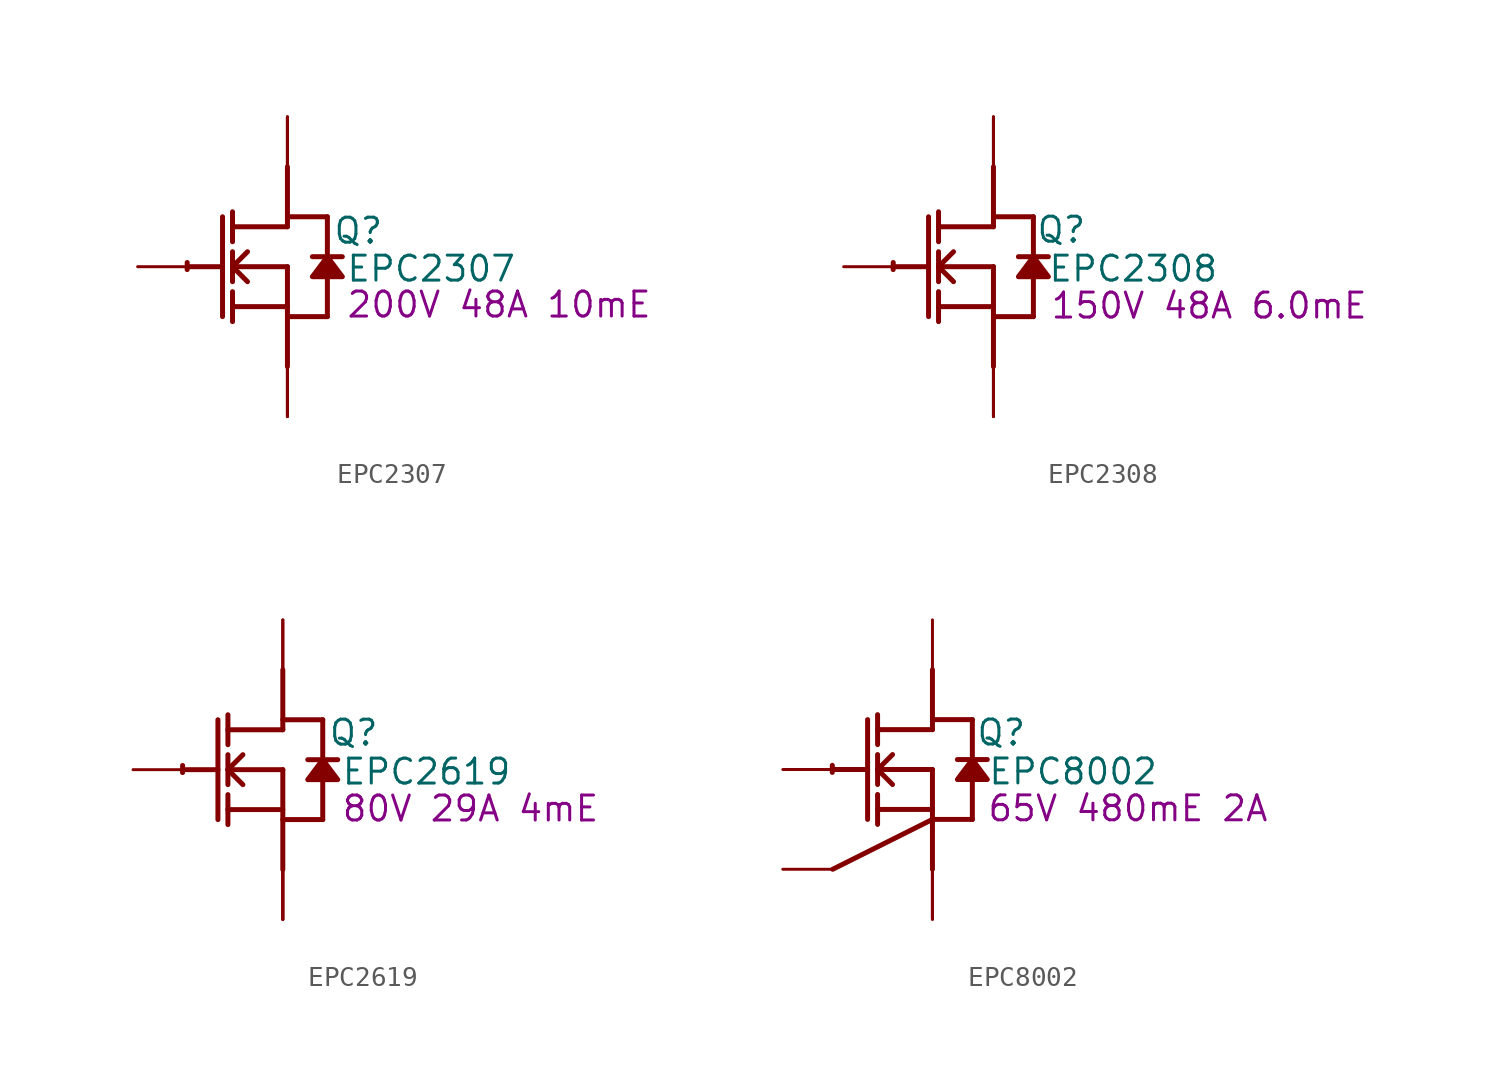
<source format=kicad_sym>
(kicad_symbol_lib
  (version 20241209)
  (generator "kicad_symbol_editor")
  (generator_version "9.0")
  (symbol "EPC2307"
    (property "Reference" "Q"
      (at 3.607 1.829 0)
      (effects (font (size 1.27 1.27))))
    (property "Value" "EPC2307"
      (at 7.315 -0.102 0)
      (effects (font (size 1.27 1.27))))
    (property "Description" "200V 48A 10mE"
      (at 10.77 -1.93 0)
      (effects (font (size 1.27 1.27))))
    (symbol "EPC2307_1_0"
      (polyline (pts (xy -5.08 0) (xy -3.302 0)) (stroke (width 0.254) (type solid)) (fill (type none)))
      (polyline (pts (xy -3.302 2.54) (xy -3.302 -2.54)) (stroke (width 0.254) (type solid)) (fill (type none)))
      (polyline (pts (xy -2.794 1.27) (xy -2.794 2.794)) (stroke (width 0.254) (type solid)) (fill (type none)))
      (polyline (pts (xy -2.794 0) (xy -2.032 0.762)) (stroke (width 0.254) (type solid)) (fill (type none)))
      (polyline (pts (xy -2.794 0) (xy 0 0)) (stroke (width 0.254) (type solid)) (fill (type none)))
      (polyline (pts (xy -2.794 -0.762) (xy -2.794 0.762)) (stroke (width 0.254) (type solid)) (fill (type none)))
      (polyline (pts (xy -2.794 -2.032) (xy 0 -2.032)) (stroke (width 0.254) (type solid)) (fill (type none)))
      (polyline (pts (xy -2.794 -2.794) (xy -2.794 -1.27)) (stroke (width 0.254) (type solid)) (fill (type none)))
      (polyline (pts (xy -2.032 -0.762) (xy -2.794 0)) (stroke (width 0.254) (type solid)) (fill (type none)))
      (polyline (pts (xy 0 2.54) (xy 2.032 2.54)) (stroke (width 0.254) (type solid)) (fill (type none)))
      (polyline (pts (xy 0 2.032) (xy -2.794 2.032)) (stroke (width 0.254) (type solid)) (fill (type none)))
      (polyline (pts (xy 0 2.032) (xy 0 5.08)) (stroke (width 0.254) (type solid)) (fill (type none)))
      (polyline (pts (xy 0 0) (xy 0 -5.08)) (stroke (width 0.254) (type solid)) (fill (type none)))
      (polyline (pts (xy 0 -2.54) (xy 2.032 -2.54)) (stroke (width 0.254) (type solid)) (fill (type none)))
      (arc (start -5.1019 -0.1467) (mid -5.1039 0.0331) (end -5.0996 0.2128) (stroke (width 0.254) (type solid)) (fill (type none)))
      (polyline (pts (xy 2.032 2.54) (xy 2.032 0.508)) (stroke (width 0.254) (type solid)) (fill (type none)))
      (polyline (pts (xy 2.032 0.508) (xy 1.27 -0.508) (xy 2.794 -0.508) (xy 2.032 0.508)) (stroke (width 0.254) (type solid)) (fill (type outline)))
      (polyline (pts (xy 2.032 -0.508) (xy 2.032 -2.54)) (stroke (width 0.254) (type solid)) (fill (type none)))
      (polyline (pts (xy 2.794 0.508) (xy 1.27 0.508)) (stroke (width 0.254) (type solid)) (fill (type none)))
      (pin passive line (at -7.62 0 0) (length 2.54) (name "G" (effects (font (size 0 0)))) (number "1" (effects (font (size 0 0)))))
      (pin passive line (at 0 7.62 270) (length 2.54) (name "D" (effects (font (size 0 0)))) (number "3" (effects (font (size 0 0)))))
      (pin passive line (at 0 7.62 270) (length 2.54) (name "D" (effects (font (size 0 0)))) (number "5" (effects (font (size 0 0)))))
      (pin passive line (at 0 7.62 270) (length 2.54) (name "D" (effects (font (size 0 0)))) (number "7" (effects (font (size 0 0)))))
      (pin passive line (at 0 -7.62 90) (length 2.54) (name "S" (effects (font (size 0 0)))) (number "2" (effects (font (size 0 0)))))
      (pin passive line (at 0 -7.62 90) (length 2.54) (name "S" (effects (font (size 0 0)))) (number "4" (effects (font (size 0 0)))))
      (pin passive line (at 0 -7.62 90) (length 2.54) (name "S" (effects (font (size 0 0)))) (number "6" (effects (font (size 0 0)))))))
  (symbol "EPC2308"
    (property "Reference" "Q"
      (at 3.454 1.88 0)
      (effects (font (size 1.27 1.27))))
    (property "Value" "EPC2308"
      (at 7.112 -0.102 0)
      (effects (font (size 1.27 1.27))))
    (property "Description" "150V 48A 6.0mE"
      (at 10.973 -1.981 0)
      (effects (font (size 1.27 1.27))))
    (symbol "EPC2308_1_0"
      (polyline (pts (xy -5.08 0) (xy -3.302 0)) (stroke (width 0.254) (type solid)) (fill (type none)))
      (polyline (pts (xy -3.302 2.54) (xy -3.302 -2.54)) (stroke (width 0.254) (type solid)) (fill (type none)))
      (polyline (pts (xy -2.794 1.27) (xy -2.794 2.794)) (stroke (width 0.254) (type solid)) (fill (type none)))
      (polyline (pts (xy -2.794 0) (xy -2.032 0.762)) (stroke (width 0.254) (type solid)) (fill (type none)))
      (polyline (pts (xy -2.794 0) (xy 0 0)) (stroke (width 0.254) (type solid)) (fill (type none)))
      (polyline (pts (xy -2.794 -0.762) (xy -2.794 0.762)) (stroke (width 0.254) (type solid)) (fill (type none)))
      (polyline (pts (xy -2.794 -2.032) (xy 0 -2.032)) (stroke (width 0.254) (type solid)) (fill (type none)))
      (polyline (pts (xy -2.794 -2.794) (xy -2.794 -1.27)) (stroke (width 0.254) (type solid)) (fill (type none)))
      (polyline (pts (xy -2.032 -0.762) (xy -2.794 0)) (stroke (width 0.254) (type solid)) (fill (type none)))
      (polyline (pts (xy 0 2.54) (xy 2.032 2.54)) (stroke (width 0.254) (type solid)) (fill (type none)))
      (polyline (pts (xy 0 2.032) (xy -2.794 2.032)) (stroke (width 0.254) (type solid)) (fill (type none)))
      (polyline (pts (xy 0 2.032) (xy 0 5.08)) (stroke (width 0.254) (type solid)) (fill (type none)))
      (polyline (pts (xy 0 0) (xy 0 -5.08)) (stroke (width 0.254) (type solid)) (fill (type none)))
      (polyline (pts (xy 0 -2.54) (xy 2.032 -2.54)) (stroke (width 0.254) (type solid)) (fill (type none)))
      (arc (start -5.1019 -0.1467) (mid -5.1039 0.0331) (end -5.0996 0.2128) (stroke (width 0.254) (type solid)) (fill (type none)))
      (polyline (pts (xy 2.032 2.54) (xy 2.032 0.508)) (stroke (width 0.254) (type solid)) (fill (type none)))
      (polyline (pts (xy 2.032 0.508) (xy 1.27 -0.508) (xy 2.794 -0.508) (xy 2.032 0.508)) (stroke (width 0.254) (type solid)) (fill (type outline)))
      (polyline (pts (xy 2.032 -0.508) (xy 2.032 -2.54)) (stroke (width 0.254) (type solid)) (fill (type none)))
      (polyline (pts (xy 2.794 0.508) (xy 1.27 0.508)) (stroke (width 0.254) (type solid)) (fill (type none)))
      (pin passive line (at -7.62 0 0) (length 2.54) (name "G" (effects (font (size 0 0)))) (number "1" (effects (font (size 0 0)))))
      (pin passive line (at 0 7.62 270) (length 2.54) (name "D" (effects (font (size 0 0)))) (number "3" (effects (font (size 0 0)))))
      (pin passive line (at 0 7.62 270) (length 2.54) (name "D" (effects (font (size 0 0)))) (number "5" (effects (font (size 0 0)))))
      (pin passive line (at 0 7.62 270) (length 2.54) (name "D" (effects (font (size 0 0)))) (number "7" (effects (font (size 0 0)))))
      (pin passive line (at 0 -7.62 90) (length 2.54) (name "S" (effects (font (size 0 0)))) (number "2" (effects (font (size 0 0)))))
      (pin passive line (at 0 -7.62 90) (length 2.54) (name "S" (effects (font (size 0 0)))) (number "4" (effects (font (size 0 0)))))
      (pin passive line (at 0 -7.62 90) (length 2.54) (name "S" (effects (font (size 0 0)))) (number "6" (effects (font (size 0 0)))))))
  (symbol "EPC2619"
    (property "Reference" "Q"
      (at 3.607 1.88 0)
      (effects (font (size 1.27 1.27))))
    (property "Value" "EPC2619"
      (at 7.315 -0.102 0)
      (effects (font (size 1.27 1.27))))
    (property "Description" "80V 29A 4mE"
      (at 9.55 -1.981 0)
      (effects (font (size 1.27 1.27))))
    (symbol "EPC2619_1_0"
      (polyline (pts (xy -5.08 0) (xy -3.302 0)) (stroke (width 0.254) (type solid)) (fill (type none)))
      (polyline (pts (xy -3.302 2.54) (xy -3.302 -2.54)) (stroke (width 0.254) (type solid)) (fill (type none)))
      (polyline (pts (xy -2.794 1.27) (xy -2.794 2.794)) (stroke (width 0.254) (type solid)) (fill (type none)))
      (polyline (pts (xy -2.794 0) (xy -2.032 0.762)) (stroke (width 0.254) (type solid)) (fill (type none)))
      (polyline (pts (xy -2.794 0) (xy 0 0)) (stroke (width 0.254) (type solid)) (fill (type none)))
      (polyline (pts (xy -2.794 -0.762) (xy -2.794 0.762)) (stroke (width 0.254) (type solid)) (fill (type none)))
      (polyline (pts (xy -2.794 -2.032) (xy 0 -2.032)) (stroke (width 0.254) (type solid)) (fill (type none)))
      (polyline (pts (xy -2.794 -2.794) (xy -2.794 -1.27)) (stroke (width 0.254) (type solid)) (fill (type none)))
      (polyline (pts (xy -2.032 -0.762) (xy -2.794 0)) (stroke (width 0.254) (type solid)) (fill (type none)))
      (polyline (pts (xy 0 2.54) (xy 2.032 2.54)) (stroke (width 0.254) (type solid)) (fill (type none)))
      (polyline (pts (xy 0 2.032) (xy -2.794 2.032)) (stroke (width 0.254) (type solid)) (fill (type none)))
      (polyline (pts (xy 0 2.032) (xy 0 5.08)) (stroke (width 0.254) (type solid)) (fill (type none)))
      (polyline (pts (xy 0 0) (xy 0 -5.08)) (stroke (width 0.254) (type solid)) (fill (type none)))
      (polyline (pts (xy 0 -2.54) (xy 2.032 -2.54)) (stroke (width 0.254) (type solid)) (fill (type none)))
      (arc (start -5.1019 -0.1467) (mid -5.1039 0.0331) (end -5.0996 0.2128) (stroke (width 0.254) (type solid)) (fill (type none)))
      (polyline (pts (xy 2.032 2.54) (xy 2.032 0.508)) (stroke (width 0.254) (type solid)) (fill (type none)))
      (polyline (pts (xy 2.032 0.508) (xy 1.27 -0.508) (xy 2.794 -0.508) (xy 2.032 0.508)) (stroke (width 0.254) (type solid)) (fill (type outline)))
      (polyline (pts (xy 2.032 -0.508) (xy 2.032 -2.54)) (stroke (width 0.254) (type solid)) (fill (type none)))
      (polyline (pts (xy 2.794 0.508) (xy 1.27 0.508)) (stroke (width 0.254) (type solid)) (fill (type none)))
      (pin passive line (at -7.62 0 0) (length 2.54) (name "G" (effects (font (size 0 0)))) (number "1" (effects (font (size 0 0)))))
      (pin open_collector line (at 0 7.62 270) (length 2.54) (name "D" (effects (font (size 0 0)))) (number "3" (effects (font (size 0 0)))))
      (pin open_collector line (at 0 7.62 270) (length 2.54) (name "D" (effects (font (size 0 0)))) (number "5" (effects (font (size 0 0)))))
      (pin open_emitter line (at 0 -7.62 90) (length 2.54) (name "S" (effects (font (size 0 0)))) (number "2" (effects (font (size 0 0)))))
      (pin open_emitter line (at 0 -7.62 90) (length 2.54) (name "S" (effects (font (size 0 0)))) (number "4" (effects (font (size 0 0)))))
      (pin open_emitter line (at 0 -7.62 90) (length 2.54) (name "S" (effects (font (size 0 0)))) (number "6" (effects (font (size 0 0)))))))
  (symbol "EPC8002"
    (property "Reference" "Q"
      (at 3.505 1.88 0)
      (effects (font (size 1.27 1.27))))
    (property "Value" "EPC8002"
      (at 7.163 -0.102 0)
      (effects (font (size 1.27 1.27))))
    (property "Description" "65V 480mE 2A"
      (at 9.957 -1.981 0)
      (effects (font (size 1.27 1.27))))
    (symbol "EPC8002_1_0"
      (polyline (pts (xy -5.08 0) (xy -3.302 0)) (stroke (width 0.254) (type solid)) (fill (type none)))
      (polyline (pts (xy -3.302 2.54) (xy -3.302 -2.54)) (stroke (width 0.254) (type solid)) (fill (type none)))
      (polyline (pts (xy -2.794 1.27) (xy -2.794 2.794)) (stroke (width 0.254) (type solid)) (fill (type none)))
      (polyline (pts (xy -2.794 0) (xy -2.032 0.762)) (stroke (width 0.254) (type solid)) (fill (type none)))
      (polyline (pts (xy -2.794 0) (xy 0 0)) (stroke (width 0.254) (type solid)) (fill (type none)))
      (polyline (pts (xy -2.794 -0.762) (xy -2.794 0.762)) (stroke (width 0.254) (type solid)) (fill (type none)))
      (polyline (pts (xy -2.794 -2.032) (xy 0 -2.032)) (stroke (width 0.254) (type solid)) (fill (type none)))
      (polyline (pts (xy -2.794 -2.794) (xy -2.794 -1.27)) (stroke (width 0.254) (type solid)) (fill (type none)))
      (polyline (pts (xy -2.032 -0.762) (xy -2.794 0)) (stroke (width 0.254) (type solid)) (fill (type none)))
      (polyline (pts (xy 0 2.54) (xy 2.032 2.54)) (stroke (width 0.254) (type solid)) (fill (type none)))
      (polyline (pts (xy 0 2.032) (xy -2.794 2.032)) (stroke (width 0.254) (type solid)) (fill (type none)))
      (polyline (pts (xy 0 2.032) (xy 0 5.08)) (stroke (width 0.254) (type solid)) (fill (type none)))
      (polyline (pts (xy 0 0) (xy 0 -5.08)) (stroke (width 0.254) (type solid)) (fill (type none)))
      (polyline (pts (xy 0 -2.54) (xy -5.08 -5.08)) (stroke (width 0.254) (type solid)) (fill (type none)))
      (polyline (pts (xy 0 -2.54) (xy 2.032 -2.54)) (stroke (width 0.254) (type solid)) (fill (type none)))
      (arc (start -5.1019 -0.1467) (mid -5.1039 0.0331) (end -5.0996 0.2128) (stroke (width 0.254) (type solid)) (fill (type none)))
      (polyline (pts (xy 2.032 2.54) (xy 2.032 0.508)) (stroke (width 0.254) (type solid)) (fill (type none)))
      (polyline (pts (xy 2.032 0.508) (xy 1.27 -0.508) (xy 2.794 -0.508) (xy 2.032 0.508)) (stroke (width 0.254) (type solid)) (fill (type outline)))
      (polyline (pts (xy 2.032 -0.508) (xy 2.032 -2.54)) (stroke (width 0.254) (type solid)) (fill (type none)))
      (polyline (pts (xy 2.794 0.508) (xy 1.27 0.508)) (stroke (width 0.254) (type solid)) (fill (type none)))
      (pin passive line (at -7.62 0 0) (length 2.54) (name "G" (effects (font (size 0 0)))) (number "1" (effects (font (size 0 0)))))
      (pin open_emitter line (at -7.62 -5.08 0) (length 2.54) (name "SG" (effects (font (size 0 0)))) (number "2" (effects (font (size 0 0)))))
      (pin open_collector line (at 0 7.62 270) (length 2.54) (name "D" (effects (font (size 0 0)))) (number "4" (effects (font (size 0 0)))))
      (pin open_emitter line (at 0 -7.62 90) (length 2.54) (name "SP1" (effects (font (size 0 0)))) (number "3" (effects (font (size 0 0)))))
      (pin open_emitter line (at 0 -7.62 90) (length 2.54) (name "SP2" (effects (font (size 0 0)))) (number "5" (effects (font (size 0 0)))))
      (pin open_emitter line (at 0 -7.62 90) (length 2.54) (name "Sub" (effects (font (size 0 0)))) (number "6" (effects (font (size 0 0))))))))
</source>
